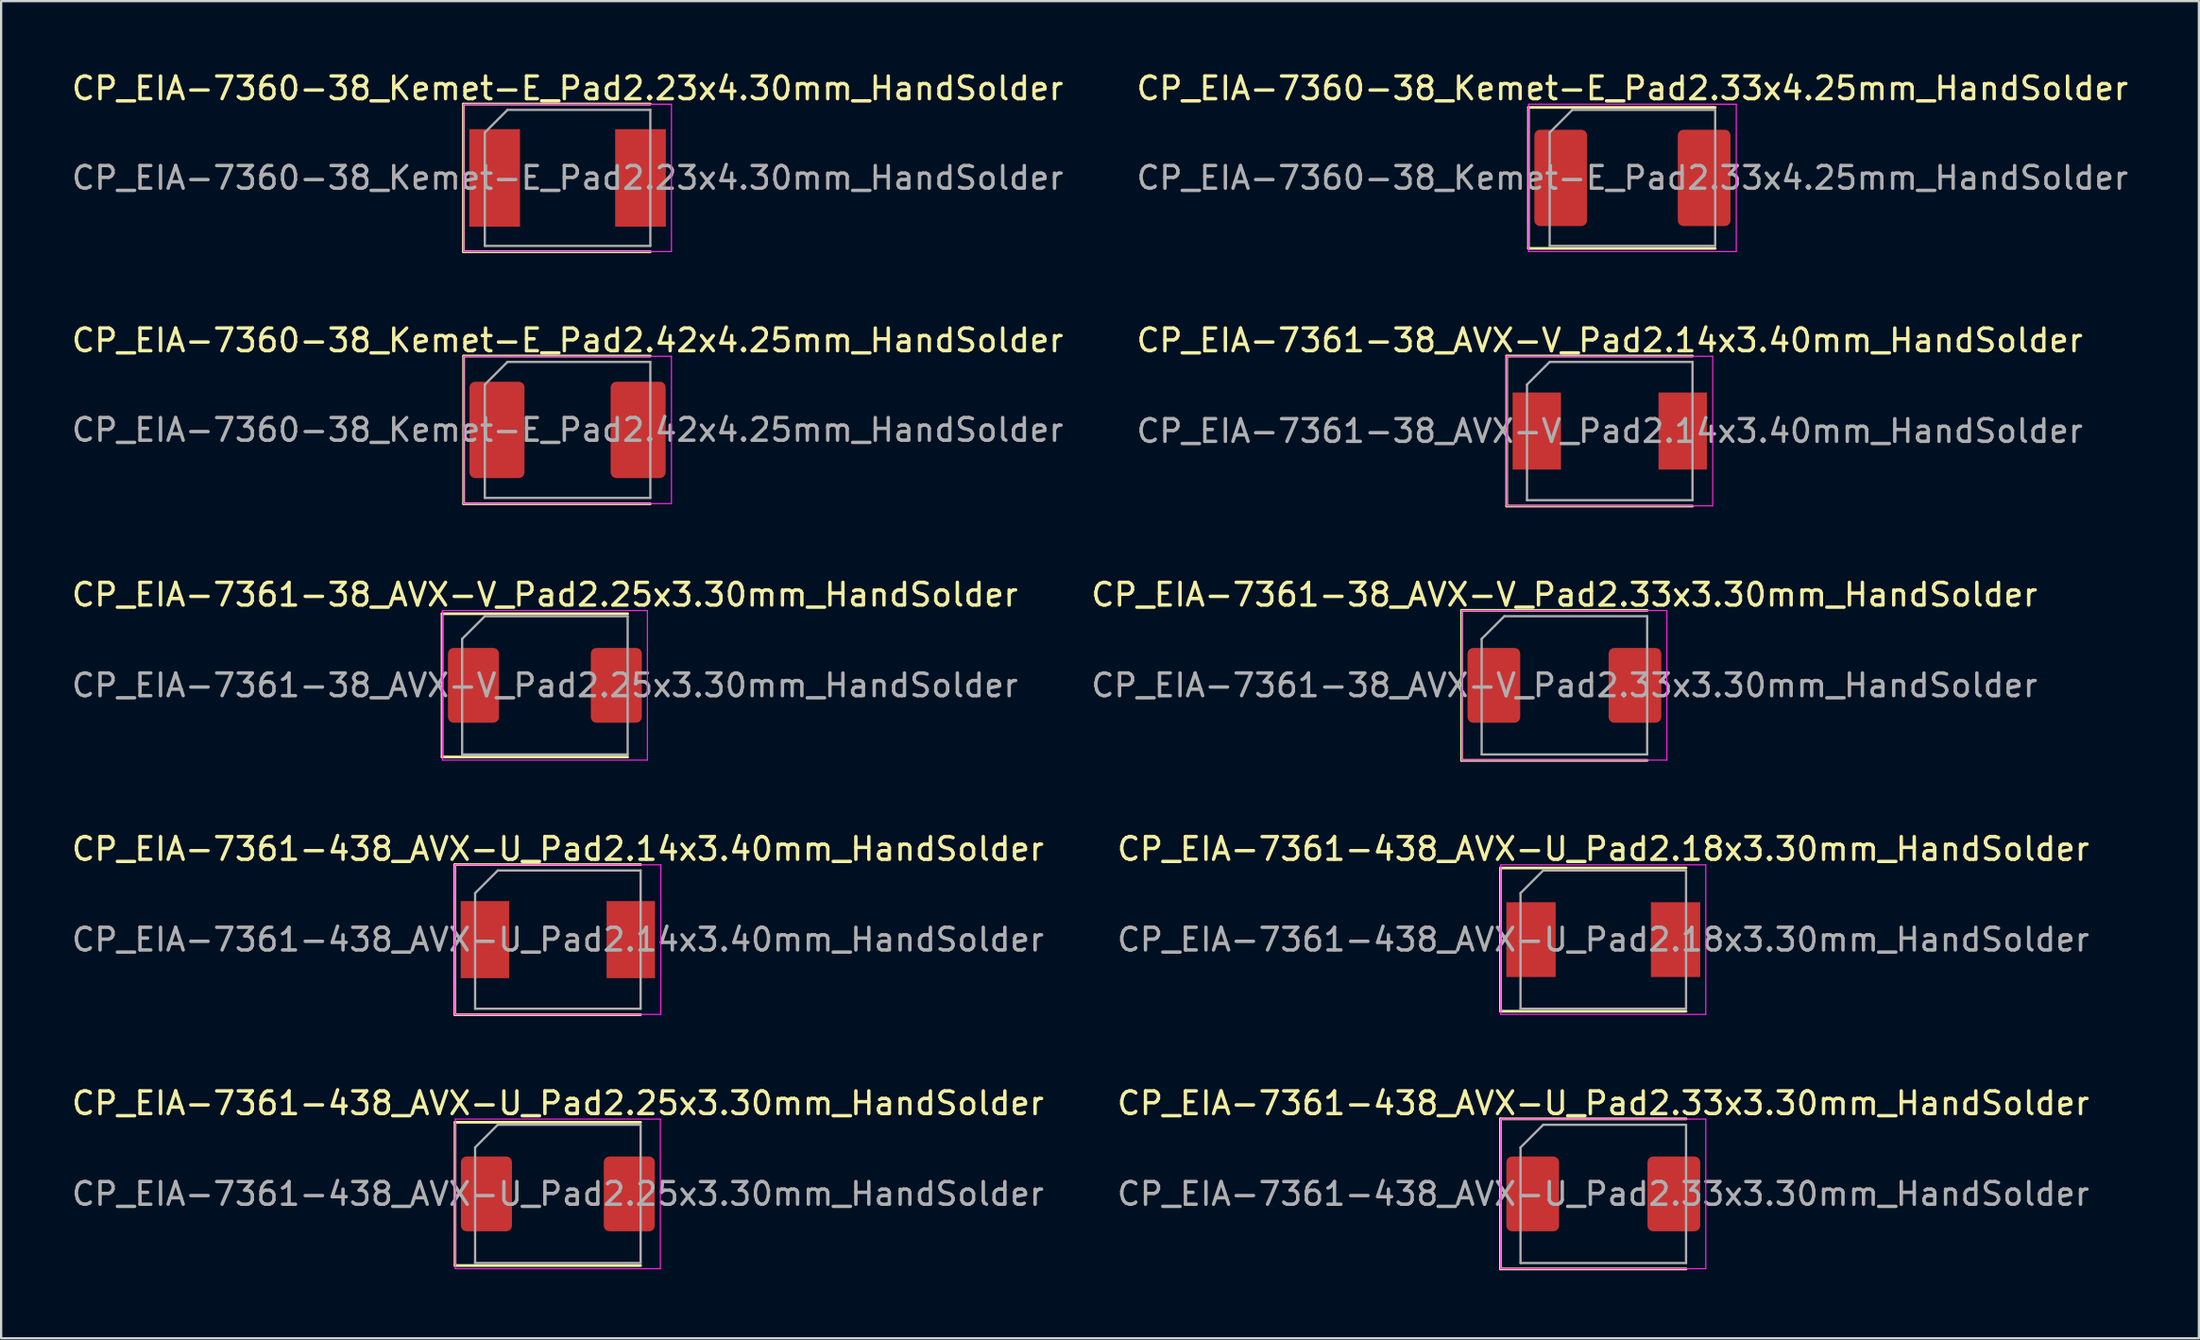
<source format=kicad_pcb>
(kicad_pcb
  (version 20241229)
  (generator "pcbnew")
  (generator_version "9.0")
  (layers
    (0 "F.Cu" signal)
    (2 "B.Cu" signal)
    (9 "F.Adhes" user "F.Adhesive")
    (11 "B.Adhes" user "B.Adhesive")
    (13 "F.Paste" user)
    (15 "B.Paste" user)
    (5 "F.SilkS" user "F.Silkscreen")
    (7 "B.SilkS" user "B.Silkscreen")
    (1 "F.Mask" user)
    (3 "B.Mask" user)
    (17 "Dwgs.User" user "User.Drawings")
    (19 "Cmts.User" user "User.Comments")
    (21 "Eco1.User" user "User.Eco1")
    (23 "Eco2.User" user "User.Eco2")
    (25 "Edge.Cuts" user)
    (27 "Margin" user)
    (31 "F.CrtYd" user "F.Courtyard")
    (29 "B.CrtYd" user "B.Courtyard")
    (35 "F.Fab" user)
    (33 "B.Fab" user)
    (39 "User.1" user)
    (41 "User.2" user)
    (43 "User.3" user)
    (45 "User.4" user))
  (footprint "CP_EIA-7361-38_AVX-V_Pad2.25x3.30mm_HandSolder"
    (layer "F.Cu")
    (at 20.982 27.185)
    (property "Reference" "CP_EIA-7361-38_AVX-V_Pad2.25x3.30mm_HandSolder" (at 0 -4 0) (layer "F.SilkS") (effects (font (size 1 1) (thickness 0.15))))
    (attr smd)
    (fp_line (start -4.535 -3.16) (end -4.535 3.16) (stroke (width 0.12) (type solid)) (layer "F.SilkS"))
    (fp_line (start -4.535 3.16) (end 3.65 3.16) (stroke (width 0.12) (type solid)) (layer "F.SilkS"))
    (fp_line (start 3.65 -3.16) (end -4.535 -3.16) (stroke (width 0.12) (type solid)) (layer "F.SilkS"))
    (fp_line (start -4.52 -3.3) (end 4.52 -3.3) (stroke (width 0.05) (type solid)) (layer "F.CrtYd"))
    (fp_line (start -4.52 3.3) (end -4.52 -3.3) (stroke (width 0.05) (type solid)) (layer "F.CrtYd"))
    (fp_line (start 4.52 -3.3) (end 4.52 3.3) (stroke (width 0.05) (type solid)) (layer "F.CrtYd"))
    (fp_line (start 4.52 3.3) (end -4.52 3.3) (stroke (width 0.05) (type solid)) (layer "F.CrtYd"))
    (fp_line (start -3.65 -2.05) (end -3.65 3.05) (stroke (width 0.1) (type solid)) (layer "F.Fab"))
    (fp_line (start -3.65 3.05) (end 3.65 3.05) (stroke (width 0.1) (type solid)) (layer "F.Fab"))
    (fp_line (start -2.65 -3.05) (end -3.65 -2.05) (stroke (width 0.1) (type solid)) (layer "F.Fab"))
    (fp_line (start 3.65 -3.05) (end -2.65 -3.05) (stroke (width 0.1) (type solid)) (layer "F.Fab"))
    (fp_line (start 3.65 3.05) (end 3.65 -3.05) (stroke (width 0.1) (type solid)) (layer "F.Fab"))
    (fp_text user "${REFERENCE}" (at 0 0 0) (layer "F.Fab") (effects (font (size 1 1) (thickness 0.15))))
    (pad "1" smd roundrect (at -3.15 0) (size 2.25 3.3) (layers "F.Cu" "F.Mask" "F.Paste") (roundrect_rratio 0.111))
    (pad "2" smd roundrect (at 3.15 0) (size 2.25 3.3) (layers "F.Cu" "F.Mask" "F.Paste") (roundrect_rratio 0.111)))
  (footprint "CP_EIA-7361-438_AVX-U_Pad2.33x3.30mm_HandSolder"
    (layer "F.Cu")
    (at 67.661 49.621)
    (property "Reference" "CP_EIA-7361-438_AVX-U_Pad2.33x3.30mm_HandSolder" (at 0 -4 0) (layer "F.SilkS") (effects (font (size 1 1) (thickness 0.15))))
    (attr smd)
    (fp_line (start -4.535 -3.31) (end -4.535 3.31) (stroke (width 0.12) (type solid)) (layer "F.SilkS"))
    (fp_line (start -4.535 3.31) (end 3.65 3.31) (stroke (width 0.12) (type solid)) (layer "F.SilkS"))
    (fp_line (start 3.65 -3.31) (end -4.535 -3.31) (stroke (width 0.12) (type solid)) (layer "F.SilkS"))
    (fp_line (start -4.52 -3.3) (end 4.52 -3.3) (stroke (width 0.05) (type solid)) (layer "F.CrtYd"))
    (fp_line (start -4.52 3.3) (end -4.52 -3.3) (stroke (width 0.05) (type solid)) (layer "F.CrtYd"))
    (fp_line (start 4.52 -3.3) (end 4.52 3.3) (stroke (width 0.05) (type solid)) (layer "F.CrtYd"))
    (fp_line (start 4.52 3.3) (end -4.52 3.3) (stroke (width 0.05) (type solid)) (layer "F.CrtYd"))
    (fp_line (start -3.65 -2.05) (end -3.65 3.05) (stroke (width 0.1) (type solid)) (layer "F.Fab"))
    (fp_line (start -3.65 3.05) (end 3.65 3.05) (stroke (width 0.1) (type solid)) (layer "F.Fab"))
    (fp_line (start -2.65 -3.05) (end -3.65 -2.05) (stroke (width 0.1) (type solid)) (layer "F.Fab"))
    (fp_line (start 3.65 -3.05) (end -2.65 -3.05) (stroke (width 0.1) (type solid)) (layer "F.Fab"))
    (fp_line (start 3.65 3.05) (end 3.65 -3.05) (stroke (width 0.1) (type solid)) (layer "F.Fab"))
    (fp_text user "${REFERENCE}" (at 0 0 0) (layer "F.Fab") (effects (font (size 1 1) (thickness 0.15))))
    (pad "1" smd roundrect (at -3.112 0) (size 2.325 3.3) (layers "F.Cu" "F.Mask" "F.Paste") (roundrect_rratio 0.108))
    (pad "2" smd roundrect (at 3.112 0) (size 2.325 3.3) (layers "F.Cu" "F.Mask" "F.Paste") (roundrect_rratio 0.108)))
  (footprint "CP_EIA-7360-38_Kemet-E_Pad2.33x4.25mm_HandSolder"
    (layer "F.Cu")
    (at 68.946 4.798)
    (property "Reference" "CP_EIA-7360-38_Kemet-E_Pad2.33x4.25mm_HandSolder" (at 0 -3.95 0) (layer "F.SilkS") (effects (font (size 1 1) (thickness 0.15))))
    (attr smd)
    (fp_line (start -4.585 -3.11) (end -4.585 3.11) (stroke (width 0.12) (type solid)) (layer "F.SilkS"))
    (fp_line (start -4.585 3.11) (end 3.65 3.11) (stroke (width 0.12) (type solid)) (layer "F.SilkS"))
    (fp_line (start 3.65 -3.11) (end -4.585 -3.11) (stroke (width 0.12) (type solid)) (layer "F.SilkS"))
    (fp_line (start -4.58 -3.25) (end 4.58 -3.25) (stroke (width 0.05) (type solid)) (layer "F.CrtYd"))
    (fp_line (start -4.58 3.25) (end -4.58 -3.25) (stroke (width 0.05) (type solid)) (layer "F.CrtYd"))
    (fp_line (start 4.58 -3.25) (end 4.58 3.25) (stroke (width 0.05) (type solid)) (layer "F.CrtYd"))
    (fp_line (start 4.58 3.25) (end -4.58 3.25) (stroke (width 0.05) (type solid)) (layer "F.CrtYd"))
    (fp_line (start -3.65 -2) (end -3.65 3) (stroke (width 0.1) (type solid)) (layer "F.Fab"))
    (fp_line (start -3.65 3) (end 3.65 3) (stroke (width 0.1) (type solid)) (layer "F.Fab"))
    (fp_line (start -2.65 -3) (end -3.65 -2) (stroke (width 0.1) (type solid)) (layer "F.Fab"))
    (fp_line (start 3.65 -3) (end -2.65 -3) (stroke (width 0.1) (type solid)) (layer "F.Fab"))
    (fp_line (start 3.65 3) (end 3.65 -3) (stroke (width 0.1) (type solid)) (layer "F.Fab"))
    (fp_text user "${REFERENCE}" (at 0 0 0) (layer "F.Fab") (effects (font (size 1 1) (thickness 0.15))))
    (pad "1" smd roundrect (at -3.163 0) (size 2.325 4.25) (layers "F.Cu" "F.Mask" "F.Paste") (roundrect_rratio 0.108))
    (pad "2" smd roundrect (at 3.163 0) (size 2.325 4.25) (layers "F.Cu" "F.Mask" "F.Paste") (roundrect_rratio 0.108)))
  (footprint "CP_EIA-7361-38_AVX-V_Pad2.33x3.30mm_HandSolder"
    (layer "F.Cu")
    (at 65.946 27.185)
    (property "Reference" "CP_EIA-7361-38_AVX-V_Pad2.33x3.30mm_HandSolder" (at 0 -4 0) (layer "F.SilkS") (effects (font (size 1 1) (thickness 0.15))))
    (attr smd)
    (fp_line (start -4.535 -3.31) (end -4.535 3.31) (stroke (width 0.12) (type solid)) (layer "F.SilkS"))
    (fp_line (start -4.535 3.31) (end 3.65 3.31) (stroke (width 0.12) (type solid)) (layer "F.SilkS"))
    (fp_line (start 3.65 -3.31) (end -4.535 -3.31) (stroke (width 0.12) (type solid)) (layer "F.SilkS"))
    (fp_line (start -4.52 -3.3) (end 4.52 -3.3) (stroke (width 0.05) (type solid)) (layer "F.CrtYd"))
    (fp_line (start -4.52 3.3) (end -4.52 -3.3) (stroke (width 0.05) (type solid)) (layer "F.CrtYd"))
    (fp_line (start 4.52 -3.3) (end 4.52 3.3) (stroke (width 0.05) (type solid)) (layer "F.CrtYd"))
    (fp_line (start 4.52 3.3) (end -4.52 3.3) (stroke (width 0.05) (type solid)) (layer "F.CrtYd"))
    (fp_line (start -3.65 -2.05) (end -3.65 3.05) (stroke (width 0.1) (type solid)) (layer "F.Fab"))
    (fp_line (start -3.65 3.05) (end 3.65 3.05) (stroke (width 0.1) (type solid)) (layer "F.Fab"))
    (fp_line (start -2.65 -3.05) (end -3.65 -2.05) (stroke (width 0.1) (type solid)) (layer "F.Fab"))
    (fp_line (start 3.65 -3.05) (end -2.65 -3.05) (stroke (width 0.1) (type solid)) (layer "F.Fab"))
    (fp_line (start 3.65 3.05) (end 3.65 -3.05) (stroke (width 0.1) (type solid)) (layer "F.Fab"))
    (fp_text user "${REFERENCE}" (at 0 0 0) (layer "F.Fab") (effects (font (size 1 1) (thickness 0.15))))
    (pad "1" smd roundrect (at -3.112 0) (size 2.325 3.3) (layers "F.Cu" "F.Mask" "F.Paste") (roundrect_rratio 0.108))
    (pad "2" smd roundrect (at 3.112 0) (size 2.325 3.3) (layers "F.Cu" "F.Mask" "F.Paste") (roundrect_rratio 0.108)))
  (footprint "CP_EIA-7360-38_Kemet-E_Pad2.23x4.30mm_HandSolder"
    (layer "F.Cu")
    (at 21.982 4.798)
    (property "Reference" "CP_EIA-7360-38_Kemet-E_Pad2.23x4.30mm_HandSolder" (at 0 -3.95 0) (layer "F.SilkS") (effects (font (size 1 1) (thickness 0.15))))
    (attr smd)
    (fp_line (start -4.595 -3.26) (end -4.595 3.26) (stroke (width 0.12) (type solid)) (layer "F.SilkS"))
    (fp_line (start -4.595 3.26) (end 3.65 3.26) (stroke (width 0.12) (type solid)) (layer "F.SilkS"))
    (fp_line (start 3.65 -3.26) (end -4.595 -3.26) (stroke (width 0.12) (type solid)) (layer "F.SilkS"))
    (fp_line (start -4.58 -3.25) (end 4.58 -3.25) (stroke (width 0.05) (type solid)) (layer "F.CrtYd"))
    (fp_line (start -4.58 3.25) (end -4.58 -3.25) (stroke (width 0.05) (type solid)) (layer "F.CrtYd"))
    (fp_line (start 4.58 -3.25) (end 4.58 3.25) (stroke (width 0.05) (type solid)) (layer "F.CrtYd"))
    (fp_line (start 4.58 3.25) (end -4.58 3.25) (stroke (width 0.05) (type solid)) (layer "F.CrtYd"))
    (fp_line (start -3.65 -2) (end -3.65 3) (stroke (width 0.1) (type solid)) (layer "F.Fab"))
    (fp_line (start -3.65 3) (end 3.65 3) (stroke (width 0.1) (type solid)) (layer "F.Fab"))
    (fp_line (start -2.65 -3) (end -3.65 -2) (stroke (width 0.1) (type solid)) (layer "F.Fab"))
    (fp_line (start 3.65 -3) (end -2.65 -3) (stroke (width 0.1) (type solid)) (layer "F.Fab"))
    (fp_line (start 3.65 3) (end 3.65 -3) (stroke (width 0.1) (type solid)) (layer "F.Fab"))
    (fp_text user "${REFERENCE}" (at 0 0 0) (layer "F.Fab") (effects (font (size 1 1) (thickness 0.15))))
    (pad "1" smd rect (at -3.217 0) (size 2.235 4.3) (layers "F.Cu" "F.Mask" "F.Paste"))
    (pad "2" smd rect (at 3.217 0) (size 2.235 4.3) (layers "F.Cu" "F.Mask" "F.Paste")))
  (footprint "CP_EIA-7361-38_AVX-V_Pad2.14x3.40mm_HandSolder"
    (layer "F.Cu")
    (at 67.946 15.966)
    (property "Reference" "CP_EIA-7361-38_AVX-V_Pad2.14x3.40mm_HandSolder" (at 0 -4 0) (layer "F.SilkS") (effects (font (size 1 1) (thickness 0.15))))
    (attr smd)
    (fp_line (start -4.545 -3.31) (end -4.545 3.31) (stroke (width 0.12) (type solid)) (layer "F.SilkS"))
    (fp_line (start -4.545 3.31) (end 3.65 3.31) (stroke (width 0.12) (type solid)) (layer "F.SilkS"))
    (fp_line (start 3.65 -3.31) (end -4.545 -3.31) (stroke (width 0.12) (type solid)) (layer "F.SilkS"))
    (fp_line (start -4.54 -3.3) (end 4.54 -3.3) (stroke (width 0.05) (type solid)) (layer "F.CrtYd"))
    (fp_line (start -4.54 3.3) (end -4.54 -3.3) (stroke (width 0.05) (type solid)) (layer "F.CrtYd"))
    (fp_line (start 4.54 -3.3) (end 4.54 3.3) (stroke (width 0.05) (type solid)) (layer "F.CrtYd"))
    (fp_line (start 4.54 3.3) (end -4.54 3.3) (stroke (width 0.05) (type solid)) (layer "F.CrtYd"))
    (fp_line (start -3.65 -2.05) (end -3.65 3.05) (stroke (width 0.1) (type solid)) (layer "F.Fab"))
    (fp_line (start -3.65 3.05) (end 3.65 3.05) (stroke (width 0.1) (type solid)) (layer "F.Fab"))
    (fp_line (start -2.65 -3.05) (end -3.65 -2.05) (stroke (width 0.1) (type solid)) (layer "F.Fab"))
    (fp_line (start 3.65 -3.05) (end -2.65 -3.05) (stroke (width 0.1) (type solid)) (layer "F.Fab"))
    (fp_line (start 3.65 3.05) (end 3.65 -3.05) (stroke (width 0.1) (type solid)) (layer "F.Fab"))
    (fp_text user "${REFERENCE}" (at 0 0 0) (layer "F.Fab") (effects (font (size 1 1) (thickness 0.15))))
    (pad "1" smd rect (at -3.217 0) (size 2.135 3.4) (layers "F.Cu" "F.Mask" "F.Paste"))
    (pad "2" smd rect (at 3.217 0) (size 2.135 3.4) (layers "F.Cu" "F.Mask" "F.Paste")))
  (footprint "CP_EIA-7361-438_AVX-U_Pad2.25x3.30mm_HandSolder"
    (layer "F.Cu")
    (at 21.554 49.621)
    (property "Reference" "CP_EIA-7361-438_AVX-U_Pad2.25x3.30mm_HandSolder" (at 0 -4 0) (layer "F.SilkS") (effects (font (size 1 1) (thickness 0.15))))
    (attr smd)
    (fp_line (start -4.535 -3.16) (end -4.535 3.16) (stroke (width 0.12) (type solid)) (layer "F.SilkS"))
    (fp_line (start -4.535 3.16) (end 3.65 3.16) (stroke (width 0.12) (type solid)) (layer "F.SilkS"))
    (fp_line (start 3.65 -3.16) (end -4.535 -3.16) (stroke (width 0.12) (type solid)) (layer "F.SilkS"))
    (fp_line (start -4.52 -3.3) (end 4.52 -3.3) (stroke (width 0.05) (type solid)) (layer "F.CrtYd"))
    (fp_line (start -4.52 3.3) (end -4.52 -3.3) (stroke (width 0.05) (type solid)) (layer "F.CrtYd"))
    (fp_line (start 4.52 -3.3) (end 4.52 3.3) (stroke (width 0.05) (type solid)) (layer "F.CrtYd"))
    (fp_line (start 4.52 3.3) (end -4.52 3.3) (stroke (width 0.05) (type solid)) (layer "F.CrtYd"))
    (fp_line (start -3.65 -2.05) (end -3.65 3.05) (stroke (width 0.1) (type solid)) (layer "F.Fab"))
    (fp_line (start -3.65 3.05) (end 3.65 3.05) (stroke (width 0.1) (type solid)) (layer "F.Fab"))
    (fp_line (start -2.65 -3.05) (end -3.65 -2.05) (stroke (width 0.1) (type solid)) (layer "F.Fab"))
    (fp_line (start 3.65 -3.05) (end -2.65 -3.05) (stroke (width 0.1) (type solid)) (layer "F.Fab"))
    (fp_line (start 3.65 3.05) (end 3.65 -3.05) (stroke (width 0.1) (type solid)) (layer "F.Fab"))
    (fp_text user "${REFERENCE}" (at 0 0 0) (layer "F.Fab") (effects (font (size 1 1) (thickness 0.15))))
    (pad "1" smd roundrect (at -3.15 0) (size 2.25 3.3) (layers "F.Cu" "F.Mask" "F.Paste") (roundrect_rratio 0.111))
    (pad "2" smd roundrect (at 3.15 0) (size 2.25 3.3) (layers "F.Cu" "F.Mask" "F.Paste") (roundrect_rratio 0.111)))
  (footprint "CP_EIA-7361-438_AVX-U_Pad2.18x3.30mm_HandSolder"
    (layer "F.Cu")
    (at 67.661 38.403)
    (property "Reference" "CP_EIA-7361-438_AVX-U_Pad2.18x3.30mm_HandSolder" (at 0 -4 0) (layer "F.SilkS") (effects (font (size 1 1) (thickness 0.15))))
    (attr smd)
    (fp_line (start -4.535 -3.16) (end -4.535 3.16) (stroke (width 0.12) (type solid)) (layer "F.SilkS"))
    (fp_line (start -4.535 3.16) (end 3.65 3.16) (stroke (width 0.12) (type solid)) (layer "F.SilkS"))
    (fp_line (start 3.65 -3.16) (end -4.535 -3.16) (stroke (width 0.12) (type solid)) (layer "F.SilkS"))
    (fp_line (start -4.52 -3.3) (end 4.52 -3.3) (stroke (width 0.05) (type solid)) (layer "F.CrtYd"))
    (fp_line (start -4.52 3.3) (end -4.52 -3.3) (stroke (width 0.05) (type solid)) (layer "F.CrtYd"))
    (fp_line (start 4.52 -3.3) (end 4.52 3.3) (stroke (width 0.05) (type solid)) (layer "F.CrtYd"))
    (fp_line (start 4.52 3.3) (end -4.52 3.3) (stroke (width 0.05) (type solid)) (layer "F.CrtYd"))
    (fp_line (start -3.65 -2.05) (end -3.65 3.05) (stroke (width 0.1) (type solid)) (layer "F.Fab"))
    (fp_line (start -3.65 3.05) (end 3.65 3.05) (stroke (width 0.1) (type solid)) (layer "F.Fab"))
    (fp_line (start -2.65 -3.05) (end -3.65 -2.05) (stroke (width 0.1) (type solid)) (layer "F.Fab"))
    (fp_line (start 3.65 -3.05) (end -2.65 -3.05) (stroke (width 0.1) (type solid)) (layer "F.Fab"))
    (fp_line (start 3.65 3.05) (end 3.65 -3.05) (stroke (width 0.1) (type solid)) (layer "F.Fab"))
    (fp_text user "${REFERENCE}" (at 0 0 0) (layer "F.Fab") (effects (font (size 1 1) (thickness 0.15))))
    (pad "1" smd rect (at -3.188 0) (size 2.175 3.3) (layers "F.Cu" "F.Mask" "F.Paste"))
    (pad "2" smd rect (at 3.188 0) (size 2.175 3.3) (layers "F.Cu" "F.Mask" "F.Paste")))
  (footprint "CP_EIA-7360-38_Kemet-E_Pad2.42x4.25mm_HandSolder"
    (layer "F.Cu")
    (at 21.982 15.916)
    (property "Reference" "CP_EIA-7360-38_Kemet-E_Pad2.42x4.25mm_HandSolder" (at 0 -3.95 0) (layer "F.SilkS") (effects (font (size 1 1) (thickness 0.15))))
    (attr smd)
    (fp_line (start -4.585 -3.26) (end -4.585 3.26) (stroke (width 0.12) (type solid)) (layer "F.SilkS"))
    (fp_line (start -4.585 3.26) (end 3.65 3.26) (stroke (width 0.12) (type solid)) (layer "F.SilkS"))
    (fp_line (start 3.65 -3.26) (end -4.585 -3.26) (stroke (width 0.12) (type solid)) (layer "F.SilkS"))
    (fp_line (start -4.58 -3.25) (end 4.58 -3.25) (stroke (width 0.05) (type solid)) (layer "F.CrtYd"))
    (fp_line (start -4.58 3.25) (end -4.58 -3.25) (stroke (width 0.05) (type solid)) (layer "F.CrtYd"))
    (fp_line (start 4.58 -3.25) (end 4.58 3.25) (stroke (width 0.05) (type solid)) (layer "F.CrtYd"))
    (fp_line (start 4.58 3.25) (end -4.58 3.25) (stroke (width 0.05) (type solid)) (layer "F.CrtYd"))
    (fp_line (start -3.65 -2) (end -3.65 3) (stroke (width 0.1) (type solid)) (layer "F.Fab"))
    (fp_line (start -3.65 3) (end 3.65 3) (stroke (width 0.1) (type solid)) (layer "F.Fab"))
    (fp_line (start -2.65 -3) (end -3.65 -2) (stroke (width 0.1) (type solid)) (layer "F.Fab"))
    (fp_line (start 3.65 -3) (end -2.65 -3) (stroke (width 0.1) (type solid)) (layer "F.Fab"))
    (fp_line (start 3.65 3) (end 3.65 -3) (stroke (width 0.1) (type solid)) (layer "F.Fab"))
    (fp_text user "${REFERENCE}" (at 0 0 0) (layer "F.Fab") (effects (font (size 1 1) (thickness 0.15))))
    (pad "1" smd roundrect (at -3.112 0) (size 2.425 4.25) (layers "F.Cu" "F.Mask" "F.Paste") (roundrect_rratio 0.103))
    (pad "2" smd roundrect (at 3.112 0) (size 2.425 4.25) (layers "F.Cu" "F.Mask" "F.Paste") (roundrect_rratio 0.103)))
  (footprint "CP_EIA-7361-438_AVX-U_Pad2.14x3.40mm_HandSolder"
    (layer "F.Cu")
    (at 21.554 38.403)
    (property "Reference" "CP_EIA-7361-438_AVX-U_Pad2.14x3.40mm_HandSolder" (at 0 -4 0) (layer "F.SilkS") (effects (font (size 1 1) (thickness 0.15))))
    (attr smd)
    (fp_line (start -4.545 -3.31) (end -4.545 3.31) (stroke (width 0.12) (type solid)) (layer "F.SilkS"))
    (fp_line (start -4.545 3.31) (end 3.65 3.31) (stroke (width 0.12) (type solid)) (layer "F.SilkS"))
    (fp_line (start 3.65 -3.31) (end -4.545 -3.31) (stroke (width 0.12) (type solid)) (layer "F.SilkS"))
    (fp_line (start -4.54 -3.3) (end 4.54 -3.3) (stroke (width 0.05) (type solid)) (layer "F.CrtYd"))
    (fp_line (start -4.54 3.3) (end -4.54 -3.3) (stroke (width 0.05) (type solid)) (layer "F.CrtYd"))
    (fp_line (start 4.54 -3.3) (end 4.54 3.3) (stroke (width 0.05) (type solid)) (layer "F.CrtYd"))
    (fp_line (start 4.54 3.3) (end -4.54 3.3) (stroke (width 0.05) (type solid)) (layer "F.CrtYd"))
    (fp_line (start -3.65 -2.05) (end -3.65 3.05) (stroke (width 0.1) (type solid)) (layer "F.Fab"))
    (fp_line (start -3.65 3.05) (end 3.65 3.05) (stroke (width 0.1) (type solid)) (layer "F.Fab"))
    (fp_line (start -2.65 -3.05) (end -3.65 -2.05) (stroke (width 0.1) (type solid)) (layer "F.Fab"))
    (fp_line (start 3.65 -3.05) (end -2.65 -3.05) (stroke (width 0.1) (type solid)) (layer "F.Fab"))
    (fp_line (start 3.65 3.05) (end 3.65 -3.05) (stroke (width 0.1) (type solid)) (layer "F.Fab"))
    (fp_text user "${REFERENCE}" (at 0 0 0) (layer "F.Fab") (effects (font (size 1 1) (thickness 0.15))))
    (pad "1" smd rect (at -3.217 0) (size 2.135 3.4) (layers "F.Cu" "F.Mask" "F.Paste"))
    (pad "2" smd rect (at 3.217 0) (size 2.135 3.4) (layers "F.Cu" "F.Mask" "F.Paste")))
  (gr_rect
    (start -3 -3)
    (end 93.929 55.991)
    (stroke (width 0.1) (type default))
    (fill no)
    (layer "Edge.Cuts")))
</source>
